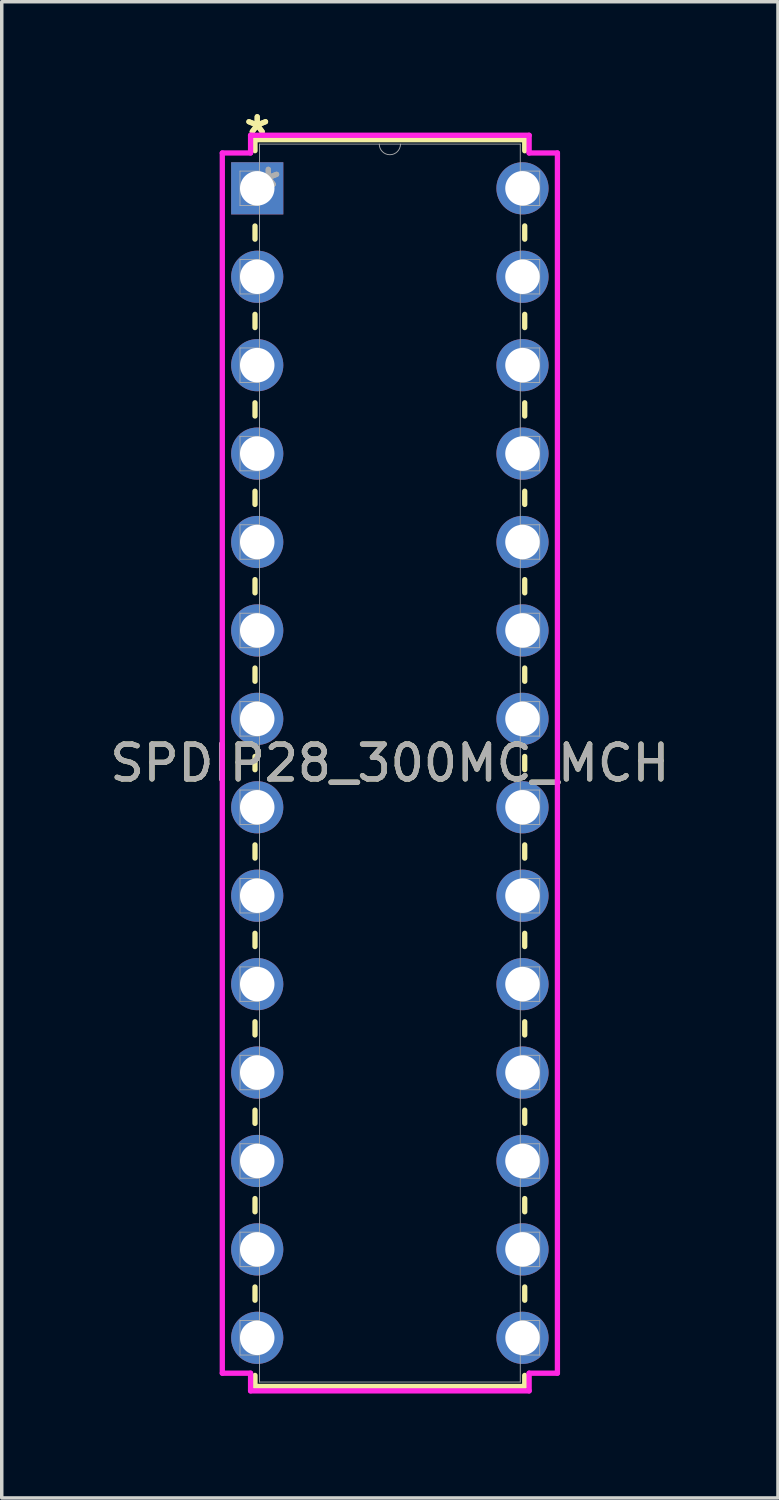
<source format=kicad_pcb>
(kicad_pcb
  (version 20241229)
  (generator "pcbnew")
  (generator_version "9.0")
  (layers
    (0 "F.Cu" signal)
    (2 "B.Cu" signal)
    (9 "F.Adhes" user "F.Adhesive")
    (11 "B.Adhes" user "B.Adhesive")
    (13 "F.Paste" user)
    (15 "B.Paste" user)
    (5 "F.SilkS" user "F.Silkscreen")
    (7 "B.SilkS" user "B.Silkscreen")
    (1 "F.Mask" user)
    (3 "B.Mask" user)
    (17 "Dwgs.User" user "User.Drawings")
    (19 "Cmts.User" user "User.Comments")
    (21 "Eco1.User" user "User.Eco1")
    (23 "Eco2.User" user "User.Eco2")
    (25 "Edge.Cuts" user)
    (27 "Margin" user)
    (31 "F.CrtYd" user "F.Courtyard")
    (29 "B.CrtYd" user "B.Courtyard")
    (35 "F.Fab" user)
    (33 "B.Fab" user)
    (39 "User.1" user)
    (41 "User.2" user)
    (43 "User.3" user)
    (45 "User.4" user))
  (footprint "SPDIP28_300MC_MCH"
    (layer "F.Cu")
    (at 4.339 2.36)
    (property "Reference" "SPDIP28_300MC_MCH" (at 3.81 16.51 0) (unlocked yes) (layer "F.SilkS") (effects (font (size 1 1) (thickness 0.15))))
    (attr through_hole)
    (fp_line (start -0.064 -1.397) (end -0.064 -1.082) (stroke (width 0.152) (type solid)) (layer "F.SilkS"))
    (fp_line (start -0.064 1.082) (end -0.064 1.46) (stroke (width 0.152) (type solid)) (layer "F.SilkS"))
    (fp_line (start -0.064 3.62) (end -0.064 4) (stroke (width 0.152) (type solid)) (layer "F.SilkS"))
    (fp_line (start -0.064 6.16) (end -0.064 6.54) (stroke (width 0.152) (type solid)) (layer "F.SilkS"))
    (fp_line (start -0.064 8.7) (end -0.064 9.08) (stroke (width 0.152) (type solid)) (layer "F.SilkS"))
    (fp_line (start -0.064 11.24) (end -0.064 11.62) (stroke (width 0.152) (type solid)) (layer "F.SilkS"))
    (fp_line (start -0.064 13.78) (end -0.064 14.16) (stroke (width 0.152) (type solid)) (layer "F.SilkS"))
    (fp_line (start -0.064 16.32) (end -0.064 16.7) (stroke (width 0.152) (type solid)) (layer "F.SilkS"))
    (fp_line (start -0.064 18.86) (end -0.064 19.24) (stroke (width 0.152) (type solid)) (layer "F.SilkS"))
    (fp_line (start -0.064 21.4) (end -0.064 21.78) (stroke (width 0.152) (type solid)) (layer "F.SilkS"))
    (fp_line (start -0.064 23.94) (end -0.064 24.32) (stroke (width 0.152) (type solid)) (layer "F.SilkS"))
    (fp_line (start -0.064 26.48) (end -0.064 26.86) (stroke (width 0.152) (type solid)) (layer "F.SilkS"))
    (fp_line (start -0.064 29.02) (end -0.064 29.4) (stroke (width 0.152) (type solid)) (layer "F.SilkS"))
    (fp_line (start -0.064 31.56) (end -0.064 31.94) (stroke (width 0.152) (type solid)) (layer "F.SilkS"))
    (fp_line (start -0.064 34.1) (end -0.064 34.417) (stroke (width 0.152) (type solid)) (layer "F.SilkS"))
    (fp_line (start -0.064 34.417) (end 7.684 34.417) (stroke (width 0.152) (type solid)) (layer "F.SilkS"))
    (fp_line (start 7.684 -1.397) (end -0.064 -1.397) (stroke (width 0.152) (type solid)) (layer "F.SilkS"))
    (fp_line (start 7.684 -1.08) (end 7.684 -1.397) (stroke (width 0.152) (type solid)) (layer "F.SilkS"))
    (fp_line (start 7.684 1.46) (end 7.684 1.08) (stroke (width 0.152) (type solid)) (layer "F.SilkS"))
    (fp_line (start 7.684 4) (end 7.684 3.62) (stroke (width 0.152) (type solid)) (layer "F.SilkS"))
    (fp_line (start 7.684 6.54) (end 7.684 6.16) (stroke (width 0.152) (type solid)) (layer "F.SilkS"))
    (fp_line (start 7.684 9.08) (end 7.684 8.7) (stroke (width 0.152) (type solid)) (layer "F.SilkS"))
    (fp_line (start 7.684 11.62) (end 7.684 11.24) (stroke (width 0.152) (type solid)) (layer "F.SilkS"))
    (fp_line (start 7.684 14.16) (end 7.684 13.78) (stroke (width 0.152) (type solid)) (layer "F.SilkS"))
    (fp_line (start 7.684 16.7) (end 7.684 16.32) (stroke (width 0.152) (type solid)) (layer "F.SilkS"))
    (fp_line (start 7.684 19.24) (end 7.684 18.86) (stroke (width 0.152) (type solid)) (layer "F.SilkS"))
    (fp_line (start 7.684 21.78) (end 7.684 21.4) (stroke (width 0.152) (type solid)) (layer "F.SilkS"))
    (fp_line (start 7.684 24.32) (end 7.684 23.94) (stroke (width 0.152) (type solid)) (layer "F.SilkS"))
    (fp_line (start 7.684 26.86) (end 7.684 26.48) (stroke (width 0.152) (type solid)) (layer "F.SilkS"))
    (fp_line (start 7.684 29.4) (end 7.684 29.02) (stroke (width 0.152) (type solid)) (layer "F.SilkS"))
    (fp_line (start 7.684 31.94) (end 7.684 31.56) (stroke (width 0.152) (type solid)) (layer "F.SilkS"))
    (fp_line (start 7.684 34.417) (end 7.684 34.1) (stroke (width 0.152) (type solid)) (layer "F.SilkS"))
    (fp_line (start -1.003 -1.016) (end -0.191 -1.016) (stroke (width 0.152) (type solid)) (layer "F.CrtYd"))
    (fp_line (start -1.003 34.036) (end -1.003 -1.016) (stroke (width 0.152) (type solid)) (layer "F.CrtYd"))
    (fp_line (start -0.191 -1.524) (end 7.811 -1.524) (stroke (width 0.152) (type solid)) (layer "F.CrtYd"))
    (fp_line (start -0.191 -1.016) (end -0.191 -1.524) (stroke (width 0.152) (type solid)) (layer "F.CrtYd"))
    (fp_line (start -0.191 34.036) (end -1.003 34.036) (stroke (width 0.152) (type solid)) (layer "F.CrtYd"))
    (fp_line (start -0.191 34.544) (end -0.191 34.036) (stroke (width 0.152) (type solid)) (layer "F.CrtYd"))
    (fp_line (start 7.811 -1.524) (end 7.811 -1.016) (stroke (width 0.152) (type solid)) (layer "F.CrtYd"))
    (fp_line (start 7.811 34.036) (end 7.811 34.544) (stroke (width 0.152) (type solid)) (layer "F.CrtYd"))
    (fp_line (start 7.811 34.544) (end -0.191 34.544) (stroke (width 0.152) (type solid)) (layer "F.CrtYd"))
    (fp_line (start 8.623 -1.016) (end 7.811 -1.016) (stroke (width 0.152) (type solid)) (layer "F.CrtYd"))
    (fp_line (start 8.623 -1.016) (end 8.623 34.036) (stroke (width 0.152) (type solid)) (layer "F.CrtYd"))
    (fp_line (start 8.623 34.036) (end 7.811 34.036) (stroke (width 0.152) (type solid)) (layer "F.CrtYd"))
    (fp_line (start -0.495 -0.495) (end -0.495 0.495) (stroke (width 0.025) (type solid)) (layer "F.Fab"))
    (fp_line (start -0.495 0.495) (end 0.064 0.495) (stroke (width 0.025) (type solid)) (layer "F.Fab"))
    (fp_line (start -0.495 2.045) (end -0.495 3.035) (stroke (width 0.025) (type solid)) (layer "F.Fab"))
    (fp_line (start -0.495 3.035) (end 0.064 3.035) (stroke (width 0.025) (type solid)) (layer "F.Fab"))
    (fp_line (start -0.495 4.585) (end -0.495 5.575) (stroke (width 0.025) (type solid)) (layer "F.Fab"))
    (fp_line (start -0.495 5.575) (end 0.064 5.575) (stroke (width 0.025) (type solid)) (layer "F.Fab"))
    (fp_line (start -0.495 7.125) (end -0.495 8.115) (stroke (width 0.025) (type solid)) (layer "F.Fab"))
    (fp_line (start -0.495 8.115) (end 0.064 8.115) (stroke (width 0.025) (type solid)) (layer "F.Fab"))
    (fp_line (start -0.495 9.665) (end -0.495 10.655) (stroke (width 0.025) (type solid)) (layer "F.Fab"))
    (fp_line (start -0.495 10.655) (end 0.064 10.655) (stroke (width 0.025) (type solid)) (layer "F.Fab"))
    (fp_line (start -0.495 12.205) (end -0.495 13.195) (stroke (width 0.025) (type solid)) (layer "F.Fab"))
    (fp_line (start -0.495 13.195) (end 0.064 13.195) (stroke (width 0.025) (type solid)) (layer "F.Fab"))
    (fp_line (start -0.495 14.745) (end -0.495 15.735) (stroke (width 0.025) (type solid)) (layer "F.Fab"))
    (fp_line (start -0.495 15.735) (end 0.064 15.735) (stroke (width 0.025) (type solid)) (layer "F.Fab"))
    (fp_line (start -0.495 17.285) (end -0.495 18.275) (stroke (width 0.025) (type solid)) (layer "F.Fab"))
    (fp_line (start -0.495 18.275) (end 0.064 18.275) (stroke (width 0.025) (type solid)) (layer "F.Fab"))
    (fp_line (start -0.495 19.825) (end -0.495 20.815) (stroke (width 0.025) (type solid)) (layer "F.Fab"))
    (fp_line (start -0.495 20.815) (end 0.064 20.815) (stroke (width 0.025) (type solid)) (layer "F.Fab"))
    (fp_line (start -0.495 22.365) (end -0.495 23.355) (stroke (width 0.025) (type solid)) (layer "F.Fab"))
    (fp_line (start -0.495 23.355) (end 0.064 23.355) (stroke (width 0.025) (type solid)) (layer "F.Fab"))
    (fp_line (start -0.495 24.905) (end -0.495 25.895) (stroke (width 0.025) (type solid)) (layer "F.Fab"))
    (fp_line (start -0.495 25.895) (end 0.064 25.895) (stroke (width 0.025) (type solid)) (layer "F.Fab"))
    (fp_line (start -0.495 27.445) (end -0.495 28.435) (stroke (width 0.025) (type solid)) (layer "F.Fab"))
    (fp_line (start -0.495 28.435) (end 0.064 28.435) (stroke (width 0.025) (type solid)) (layer "F.Fab"))
    (fp_line (start -0.495 29.985) (end -0.495 30.975) (stroke (width 0.025) (type solid)) (layer "F.Fab"))
    (fp_line (start -0.495 30.975) (end 0.064 30.975) (stroke (width 0.025) (type solid)) (layer "F.Fab"))
    (fp_line (start -0.495 32.525) (end -0.495 33.515) (stroke (width 0.025) (type solid)) (layer "F.Fab"))
    (fp_line (start -0.495 33.515) (end 0.064 33.515) (stroke (width 0.025) (type solid)) (layer "F.Fab"))
    (fp_line (start 0.064 -1.27) (end 0.064 34.29) (stroke (width 0.025) (type solid)) (layer "F.Fab"))
    (fp_line (start 0.064 -0.495) (end -0.495 -0.495) (stroke (width 0.025) (type solid)) (layer "F.Fab"))
    (fp_line (start 0.064 0.495) (end 0.064 -0.495) (stroke (width 0.025) (type solid)) (layer "F.Fab"))
    (fp_line (start 0.064 2.045) (end -0.495 2.045) (stroke (width 0.025) (type solid)) (layer "F.Fab"))
    (fp_line (start 0.064 3.035) (end 0.064 2.045) (stroke (width 0.025) (type solid)) (layer "F.Fab"))
    (fp_line (start 0.064 4.585) (end -0.495 4.585) (stroke (width 0.025) (type solid)) (layer "F.Fab"))
    (fp_line (start 0.064 5.575) (end 0.064 4.585) (stroke (width 0.025) (type solid)) (layer "F.Fab"))
    (fp_line (start 0.064 7.125) (end -0.495 7.125) (stroke (width 0.025) (type solid)) (layer "F.Fab"))
    (fp_line (start 0.064 8.115) (end 0.064 7.125) (stroke (width 0.025) (type solid)) (layer "F.Fab"))
    (fp_line (start 0.064 9.665) (end -0.495 9.665) (stroke (width 0.025) (type solid)) (layer "F.Fab"))
    (fp_line (start 0.064 10.655) (end 0.064 9.665) (stroke (width 0.025) (type solid)) (layer "F.Fab"))
    (fp_line (start 0.064 12.205) (end -0.495 12.205) (stroke (width 0.025) (type solid)) (layer "F.Fab"))
    (fp_line (start 0.064 13.195) (end 0.064 12.205) (stroke (width 0.025) (type solid)) (layer "F.Fab"))
    (fp_line (start 0.064 14.745) (end -0.495 14.745) (stroke (width 0.025) (type solid)) (layer "F.Fab"))
    (fp_line (start 0.064 15.735) (end 0.064 14.745) (stroke (width 0.025) (type solid)) (layer "F.Fab"))
    (fp_line (start 0.064 17.285) (end -0.495 17.285) (stroke (width 0.025) (type solid)) (layer "F.Fab"))
    (fp_line (start 0.064 18.275) (end 0.064 17.285) (stroke (width 0.025) (type solid)) (layer "F.Fab"))
    (fp_line (start 0.064 19.825) (end -0.495 19.825) (stroke (width 0.025) (type solid)) (layer "F.Fab"))
    (fp_line (start 0.064 20.815) (end 0.064 19.825) (stroke (width 0.025) (type solid)) (layer "F.Fab"))
    (fp_line (start 0.064 22.365) (end -0.495 22.365) (stroke (width 0.025) (type solid)) (layer "F.Fab"))
    (fp_line (start 0.064 23.355) (end 0.064 22.365) (stroke (width 0.025) (type solid)) (layer "F.Fab"))
    (fp_line (start 0.064 24.905) (end -0.495 24.905) (stroke (width 0.025) (type solid)) (layer "F.Fab"))
    (fp_line (start 0.064 25.895) (end 0.064 24.905) (stroke (width 0.025) (type solid)) (layer "F.Fab"))
    (fp_line (start 0.064 27.445) (end -0.495 27.445) (stroke (width 0.025) (type solid)) (layer "F.Fab"))
    (fp_line (start 0.064 28.435) (end 0.064 27.445) (stroke (width 0.025) (type solid)) (layer "F.Fab"))
    (fp_line (start 0.064 29.985) (end -0.495 29.985) (stroke (width 0.025) (type solid)) (layer "F.Fab"))
    (fp_line (start 0.064 30.975) (end 0.064 29.985) (stroke (width 0.025) (type solid)) (layer "F.Fab"))
    (fp_line (start 0.064 32.525) (end -0.495 32.525) (stroke (width 0.025) (type solid)) (layer "F.Fab"))
    (fp_line (start 0.064 33.515) (end 0.064 32.525) (stroke (width 0.025) (type solid)) (layer "F.Fab"))
    (fp_line (start 0.064 34.29) (end 7.556 34.29) (stroke (width 0.025) (type solid)) (layer "F.Fab"))
    (fp_line (start 7.556 -1.27) (end 0.064 -1.27) (stroke (width 0.025) (type solid)) (layer "F.Fab"))
    (fp_line (start 7.556 -0.495) (end 7.556 0.495) (stroke (width 0.025) (type solid)) (layer "F.Fab"))
    (fp_line (start 7.556 0.495) (end 8.115 0.495) (stroke (width 0.025) (type solid)) (layer "F.Fab"))
    (fp_line (start 7.556 2.045) (end 7.556 3.035) (stroke (width 0.025) (type solid)) (layer "F.Fab"))
    (fp_line (start 7.556 3.035) (end 8.115 3.035) (stroke (width 0.025) (type solid)) (layer "F.Fab"))
    (fp_line (start 7.556 4.585) (end 7.556 5.575) (stroke (width 0.025) (type solid)) (layer "F.Fab"))
    (fp_line (start 7.556 5.575) (end 8.115 5.575) (stroke (width 0.025) (type solid)) (layer "F.Fab"))
    (fp_line (start 7.556 7.125) (end 7.556 8.115) (stroke (width 0.025) (type solid)) (layer "F.Fab"))
    (fp_line (start 7.556 8.115) (end 8.115 8.115) (stroke (width 0.025) (type solid)) (layer "F.Fab"))
    (fp_line (start 7.556 9.665) (end 7.556 10.655) (stroke (width 0.025) (type solid)) (layer "F.Fab"))
    (fp_line (start 7.556 10.655) (end 8.115 10.655) (stroke (width 0.025) (type solid)) (layer "F.Fab"))
    (fp_line (start 7.556 12.205) (end 7.556 13.195) (stroke (width 0.025) (type solid)) (layer "F.Fab"))
    (fp_line (start 7.556 13.195) (end 8.115 13.195) (stroke (width 0.025) (type solid)) (layer "F.Fab"))
    (fp_line (start 7.556 14.745) (end 7.556 15.735) (stroke (width 0.025) (type solid)) (layer "F.Fab"))
    (fp_line (start 7.556 15.735) (end 8.115 15.735) (stroke (width 0.025) (type solid)) (layer "F.Fab"))
    (fp_line (start 7.556 17.285) (end 7.556 18.275) (stroke (width 0.025) (type solid)) (layer "F.Fab"))
    (fp_line (start 7.556 18.275) (end 8.115 18.275) (stroke (width 0.025) (type solid)) (layer "F.Fab"))
    (fp_line (start 7.556 19.825) (end 7.556 20.815) (stroke (width 0.025) (type solid)) (layer "F.Fab"))
    (fp_line (start 7.556 20.815) (end 8.115 20.815) (stroke (width 0.025) (type solid)) (layer "F.Fab"))
    (fp_line (start 7.556 22.365) (end 7.556 23.355) (stroke (width 0.025) (type solid)) (layer "F.Fab"))
    (fp_line (start 7.556 23.355) (end 8.115 23.355) (stroke (width 0.025) (type solid)) (layer "F.Fab"))
    (fp_line (start 7.556 24.905) (end 7.556 25.895) (stroke (width 0.025) (type solid)) (layer "F.Fab"))
    (fp_line (start 7.556 25.895) (end 8.115 25.895) (stroke (width 0.025) (type solid)) (layer "F.Fab"))
    (fp_line (start 7.556 27.445) (end 7.556 28.435) (stroke (width 0.025) (type solid)) (layer "F.Fab"))
    (fp_line (start 7.556 28.435) (end 8.115 28.435) (stroke (width 0.025) (type solid)) (layer "F.Fab"))
    (fp_line (start 7.556 29.985) (end 7.556 30.975) (stroke (width 0.025) (type solid)) (layer "F.Fab"))
    (fp_line (start 7.556 30.975) (end 8.115 30.975) (stroke (width 0.025) (type solid)) (layer "F.Fab"))
    (fp_line (start 7.556 32.525) (end 7.556 33.515) (stroke (width 0.025) (type solid)) (layer "F.Fab"))
    (fp_line (start 7.556 33.515) (end 8.115 33.515) (stroke (width 0.025) (type solid)) (layer "F.Fab"))
    (fp_line (start 7.556 34.29) (end 7.556 -1.27) (stroke (width 0.025) (type solid)) (layer "F.Fab"))
    (fp_line (start 8.115 -0.495) (end 7.556 -0.495) (stroke (width 0.025) (type solid)) (layer "F.Fab"))
    (fp_line (start 8.115 0.495) (end 8.115 -0.495) (stroke (width 0.025) (type solid)) (layer "F.Fab"))
    (fp_line (start 8.115 2.045) (end 7.556 2.045) (stroke (width 0.025) (type solid)) (layer "F.Fab"))
    (fp_line (start 8.115 3.035) (end 8.115 2.045) (stroke (width 0.025) (type solid)) (layer "F.Fab"))
    (fp_line (start 8.115 4.585) (end 7.556 4.585) (stroke (width 0.025) (type solid)) (layer "F.Fab"))
    (fp_line (start 8.115 5.575) (end 8.115 4.585) (stroke (width 0.025) (type solid)) (layer "F.Fab"))
    (fp_line (start 8.115 7.125) (end 7.556 7.125) (stroke (width 0.025) (type solid)) (layer "F.Fab"))
    (fp_line (start 8.115 8.115) (end 8.115 7.125) (stroke (width 0.025) (type solid)) (layer "F.Fab"))
    (fp_line (start 8.115 9.665) (end 7.556 9.665) (stroke (width 0.025) (type solid)) (layer "F.Fab"))
    (fp_line (start 8.115 10.655) (end 8.115 9.665) (stroke (width 0.025) (type solid)) (layer "F.Fab"))
    (fp_line (start 8.115 12.205) (end 7.556 12.205) (stroke (width 0.025) (type solid)) (layer "F.Fab"))
    (fp_line (start 8.115 13.195) (end 8.115 12.205) (stroke (width 0.025) (type solid)) (layer "F.Fab"))
    (fp_line (start 8.115 14.745) (end 7.556 14.745) (stroke (width 0.025) (type solid)) (layer "F.Fab"))
    (fp_line (start 8.115 15.735) (end 8.115 14.745) (stroke (width 0.025) (type solid)) (layer "F.Fab"))
    (fp_line (start 8.115 17.285) (end 7.556 17.285) (stroke (width 0.025) (type solid)) (layer "F.Fab"))
    (fp_line (start 8.115 18.275) (end 8.115 17.285) (stroke (width 0.025) (type solid)) (layer "F.Fab"))
    (fp_line (start 8.115 19.825) (end 7.556 19.825) (stroke (width 0.025) (type solid)) (layer "F.Fab"))
    (fp_line (start 8.115 20.815) (end 8.115 19.825) (stroke (width 0.025) (type solid)) (layer "F.Fab"))
    (fp_line (start 8.115 22.365) (end 7.556 22.365) (stroke (width 0.025) (type solid)) (layer "F.Fab"))
    (fp_line (start 8.115 23.355) (end 8.115 22.365) (stroke (width 0.025) (type solid)) (layer "F.Fab"))
    (fp_line (start 8.115 24.905) (end 7.556 24.905) (stroke (width 0.025) (type solid)) (layer "F.Fab"))
    (fp_line (start 8.115 25.895) (end 8.115 24.905) (stroke (width 0.025) (type solid)) (layer "F.Fab"))
    (fp_line (start 8.115 27.445) (end 7.556 27.445) (stroke (width 0.025) (type solid)) (layer "F.Fab"))
    (fp_line (start 8.115 28.435) (end 8.115 27.445) (stroke (width 0.025) (type solid)) (layer "F.Fab"))
    (fp_line (start 8.115 29.985) (end 7.556 29.985) (stroke (width 0.025) (type solid)) (layer "F.Fab"))
    (fp_line (start 8.115 30.975) (end 8.115 29.985) (stroke (width 0.025) (type solid)) (layer "F.Fab"))
    (fp_line (start 8.115 32.525) (end 7.556 32.525) (stroke (width 0.025) (type solid)) (layer "F.Fab"))
    (fp_line (start 8.115 33.515) (end 8.115 32.525) (stroke (width 0.025) (type solid)) (layer "F.Fab"))
    (fp_arc (start 4.1148 -1.27) (mid 3.81 -0.9652) (end 3.5052 -1.27) (stroke (width 0.0254) (type solid)) (layer "F.Fab"))
    (fp_text user "*" (at 0 -1.511 0) (layer "F.SilkS") (effects (font (size 1 1) (thickness 0.15))))
    (fp_text user "*" (at 0 -1.511 0) (unlocked yes) (layer "F.SilkS") (effects (font (size 1 1) (thickness 0.15))))
    (fp_text user "${REFERENCE}" (at 3.81 16.51 0) (unlocked yes) (layer "F.Fab") (effects (font (size 1 1) (thickness 0.15))))
    (fp_text user "*" (at 0.318 0 0) (layer "F.Fab") (effects (font (size 1 1) (thickness 0.15))))
    (fp_text user "*" (at 0.318 0 0) (unlocked yes) (layer "F.Fab") (effects (font (size 1 1) (thickness 0.15))))
    (pad "1" thru_hole rect (at 0 0) (size 1.499 1.499) (drill 0.991) (layers "*.Cu" "*.Mask"))
    (pad "2" thru_hole circle (at 0 2.54) (size 1.499 1.499) (drill 0.991) (layers "*.Cu" "*.Mask"))
    (pad "3" thru_hole circle (at 0 5.08) (size 1.499 1.499) (drill 0.991) (layers "*.Cu" "*.Mask"))
    (pad "4" thru_hole circle (at 0 7.62) (size 1.499 1.499) (drill 0.991) (layers "*.Cu" "*.Mask"))
    (pad "5" thru_hole circle (at 0 10.16) (size 1.499 1.499) (drill 0.991) (layers "*.Cu" "*.Mask"))
    (pad "6" thru_hole circle (at 0 12.7) (size 1.499 1.499) (drill 0.991) (layers "*.Cu" "*.Mask"))
    (pad "7" thru_hole circle (at 0 15.24) (size 1.499 1.499) (drill 0.991) (layers "*.Cu" "*.Mask"))
    (pad "8" thru_hole circle (at 0 17.78) (size 1.499 1.499) (drill 0.991) (layers "*.Cu" "*.Mask"))
    (pad "9" thru_hole circle (at 0 20.32) (size 1.499 1.499) (drill 0.991) (layers "*.Cu" "*.Mask"))
    (pad "10" thru_hole circle (at 0 22.86) (size 1.499 1.499) (drill 0.991) (layers "*.Cu" "*.Mask"))
    (pad "11" thru_hole circle (at 0 25.4) (size 1.499 1.499) (drill 0.991) (layers "*.Cu" "*.Mask"))
    (pad "12" thru_hole circle (at 0 27.94) (size 1.499 1.499) (drill 0.991) (layers "*.Cu" "*.Mask"))
    (pad "13" thru_hole circle (at 0 30.48) (size 1.499 1.499) (drill 0.991) (layers "*.Cu" "*.Mask"))
    (pad "14" thru_hole circle (at 0 33.02) (size 1.499 1.499) (drill 0.991) (layers "*.Cu" "*.Mask"))
    (pad "15" thru_hole circle (at 7.62 33.02) (size 1.499 1.499) (drill 0.991) (layers "*.Cu" "*.Mask"))
    (pad "16" thru_hole circle (at 7.62 30.48) (size 1.499 1.499) (drill 0.991) (layers "*.Cu" "*.Mask"))
    (pad "17" thru_hole circle (at 7.62 27.94) (size 1.499 1.499) (drill 0.991) (layers "*.Cu" "*.Mask"))
    (pad "18" thru_hole circle (at 7.62 25.4) (size 1.499 1.499) (drill 0.991) (layers "*.Cu" "*.Mask"))
    (pad "19" thru_hole circle (at 7.62 22.86) (size 1.499 1.499) (drill 0.991) (layers "*.Cu" "*.Mask"))
    (pad "20" thru_hole circle (at 7.62 20.32) (size 1.499 1.499) (drill 0.991) (layers "*.Cu" "*.Mask"))
    (pad "21" thru_hole circle (at 7.62 17.78) (size 1.499 1.499) (drill 0.991) (layers "*.Cu" "*.Mask"))
    (pad "22" thru_hole circle (at 7.62 15.24) (size 1.499 1.499) (drill 0.991) (layers "*.Cu" "*.Mask"))
    (pad "23" thru_hole circle (at 7.62 12.7) (size 1.499 1.499) (drill 0.991) (layers "*.Cu" "*.Mask"))
    (pad "24" thru_hole circle (at 7.62 10.16) (size 1.499 1.499) (drill 0.991) (layers "*.Cu" "*.Mask"))
    (pad "25" thru_hole circle (at 7.62 7.62) (size 1.499 1.499) (drill 0.991) (layers "*.Cu" "*.Mask"))
    (pad "26" thru_hole circle (at 7.62 5.08) (size 1.499 1.499) (drill 0.991) (layers "*.Cu" "*.Mask"))
    (pad "27" thru_hole circle (at 7.62 2.54) (size 1.499 1.499) (drill 0.991) (layers "*.Cu" "*.Mask"))
    (pad "28" thru_hole circle (at 7.62 0) (size 1.499 1.499) (drill 0.991) (layers "*.Cu" "*.Mask")))
  (gr_rect
    (start -3 -3)
    (end 19.298 39.98)
    (stroke (width 0.1) (type default))
    (fill no)
    (layer "Edge.Cuts")))
</source>
